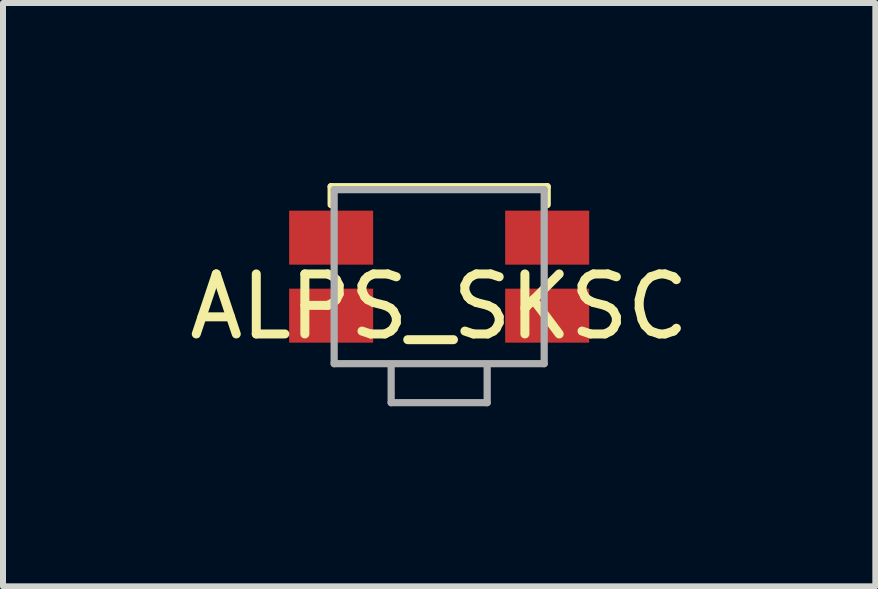
<source format=kicad_pcb>
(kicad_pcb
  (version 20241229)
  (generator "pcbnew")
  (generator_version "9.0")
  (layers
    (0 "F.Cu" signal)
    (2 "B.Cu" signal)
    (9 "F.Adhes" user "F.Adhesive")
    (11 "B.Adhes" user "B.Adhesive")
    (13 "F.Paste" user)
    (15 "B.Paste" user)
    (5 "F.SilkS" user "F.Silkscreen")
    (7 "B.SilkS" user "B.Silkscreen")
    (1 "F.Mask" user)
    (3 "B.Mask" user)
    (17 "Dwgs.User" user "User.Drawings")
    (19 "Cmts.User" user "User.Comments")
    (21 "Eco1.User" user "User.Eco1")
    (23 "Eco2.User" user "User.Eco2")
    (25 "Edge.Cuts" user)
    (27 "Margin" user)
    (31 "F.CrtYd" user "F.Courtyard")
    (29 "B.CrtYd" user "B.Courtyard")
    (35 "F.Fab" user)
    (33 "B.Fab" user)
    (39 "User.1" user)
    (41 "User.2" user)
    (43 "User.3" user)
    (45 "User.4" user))
  (footprint "ALPS_SKSC"
    (layer "F.Cu")
    (at 4.268 1.56)
    (property "Reference" "ALPS_SKSC" (at 0 0.5 0) (layer "F.SilkS") (effects (font (size 1 1) (thickness 0.15))))
    (attr through_hole)
    (fp_line (start -1.8 -1.5) (end 1.8 -1.5) (stroke (width 0.12) (type solid)) (layer "F.SilkS"))
    (fp_line (start -1.8 -1.2) (end -1.8 -1.5) (stroke (width 0.12) (type solid)) (layer "F.SilkS"))
    (fp_line (start 1.8 -1.5) (end 1.8 -1.2) (stroke (width 0.12) (type solid)) (layer "F.SilkS"))
    (fp_line (start -1.75 -1.45) (end -1.75 1.45) (stroke (width 0.12) (type solid)) (layer "F.Fab"))
    (fp_line (start -1.75 -1.45) (end 1.75 -1.45) (stroke (width 0.12) (type solid)) (layer "F.Fab"))
    (fp_line (start -1.75 1.45) (end 1.75 1.45) (stroke (width 0.12) (type solid)) (layer "F.Fab"))
    (fp_line (start -0.8 2.1) (end -0.8 1.5) (stroke (width 0.12) (type solid)) (layer "F.Fab"))
    (fp_line (start -0.8 2.1) (end 0.8 2.1) (stroke (width 0.12) (type solid)) (layer "F.Fab"))
    (fp_line (start 0.8 2.1) (end 0.8 1.5) (stroke (width 0.12) (type solid)) (layer "F.Fab"))
    (fp_line (start 1.75 -1.45) (end 1.75 1.45) (stroke (width 0.12) (type solid)) (layer "F.Fab"))
    (pad "1" smd rect (at -1.8 0.65) (size 1.4 0.9) (layers "F.Cu" "F.Mask" "F.Paste"))
    (pad "1" smd rect (at 1.8 0.65) (size 1.4 0.9) (layers "F.Cu" "F.Mask" "F.Paste"))
    (pad "2" smd rect (at -1.8 -0.65) (size 1.4 0.9) (layers "F.Cu" "F.Mask" "F.Paste"))
    (pad "2" smd rect (at 1.8 -0.65) (size 1.4 0.9) (layers "F.Cu" "F.Mask" "F.Paste")))
  (gr_rect
    (start -3 -3)
    (end 11.536 6.72)
    (stroke (width 0.1) (type default))
    (fill no)
    (layer "Edge.Cuts")))
</source>
